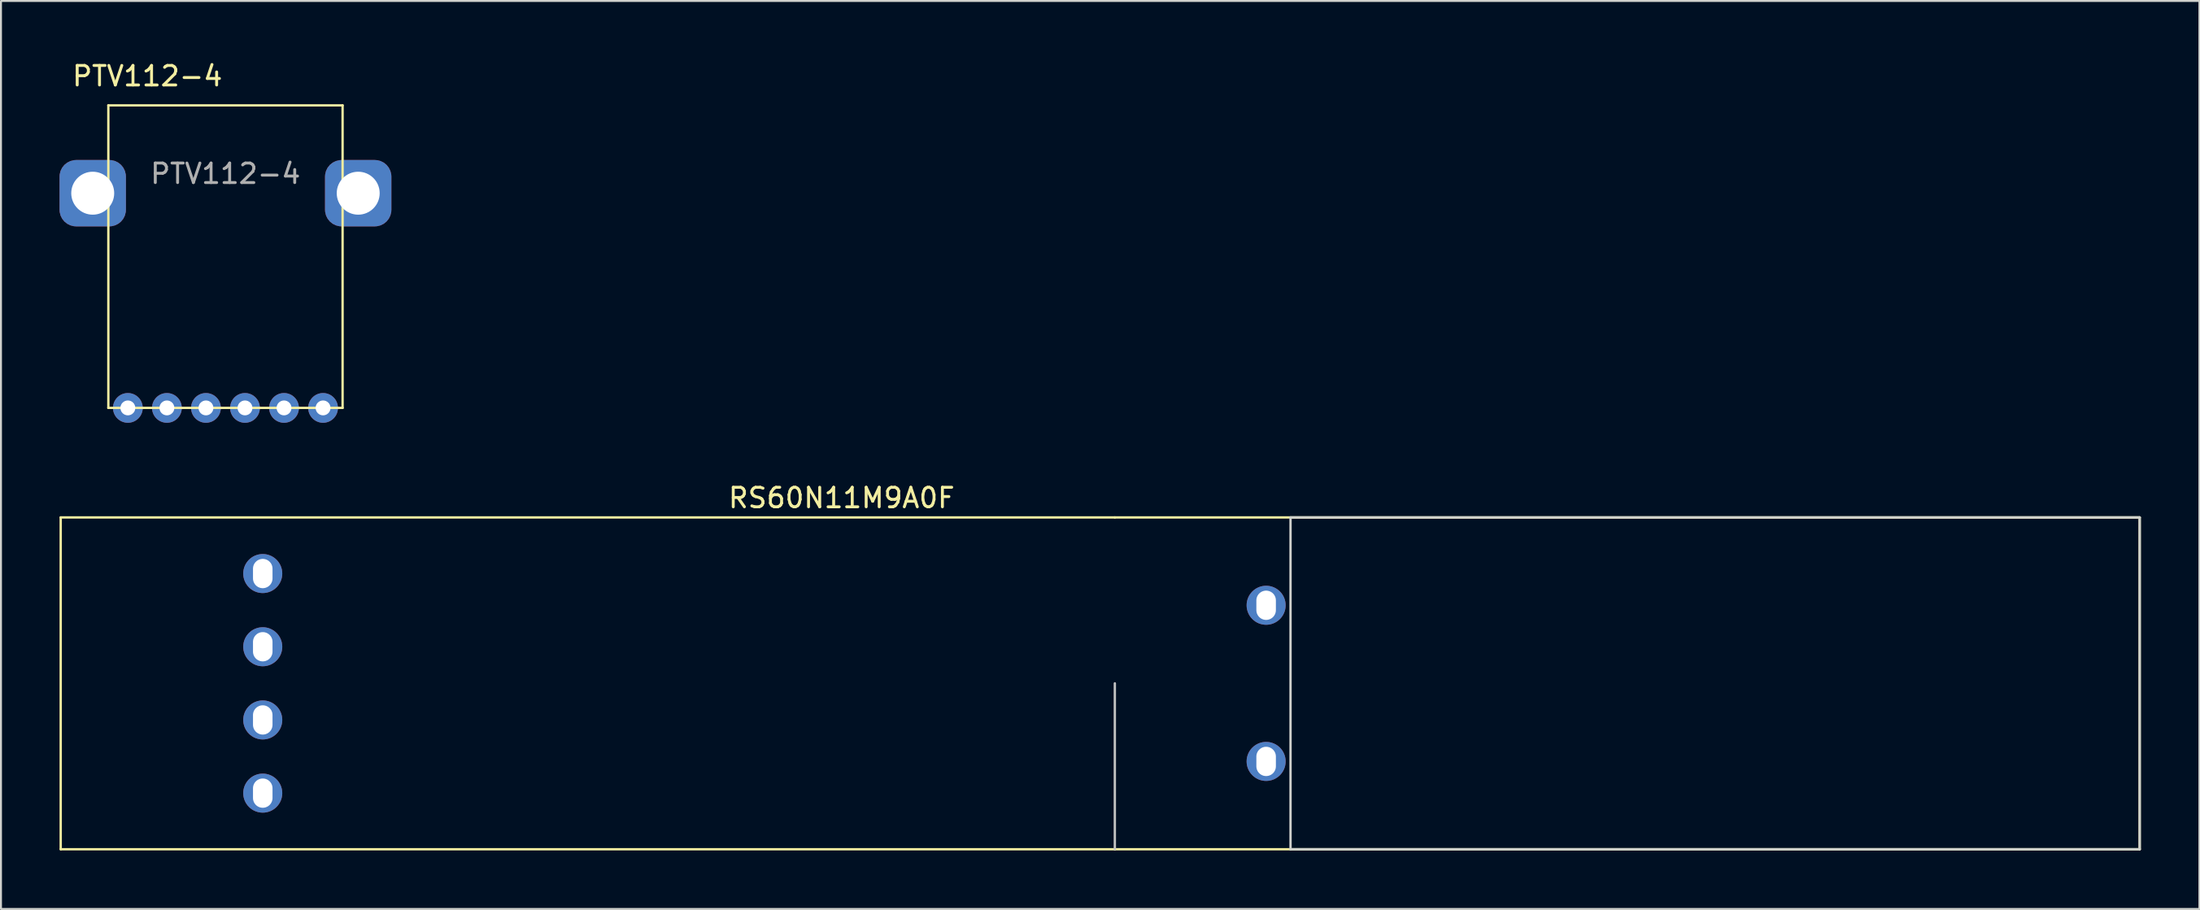
<source format=kicad_pcb>
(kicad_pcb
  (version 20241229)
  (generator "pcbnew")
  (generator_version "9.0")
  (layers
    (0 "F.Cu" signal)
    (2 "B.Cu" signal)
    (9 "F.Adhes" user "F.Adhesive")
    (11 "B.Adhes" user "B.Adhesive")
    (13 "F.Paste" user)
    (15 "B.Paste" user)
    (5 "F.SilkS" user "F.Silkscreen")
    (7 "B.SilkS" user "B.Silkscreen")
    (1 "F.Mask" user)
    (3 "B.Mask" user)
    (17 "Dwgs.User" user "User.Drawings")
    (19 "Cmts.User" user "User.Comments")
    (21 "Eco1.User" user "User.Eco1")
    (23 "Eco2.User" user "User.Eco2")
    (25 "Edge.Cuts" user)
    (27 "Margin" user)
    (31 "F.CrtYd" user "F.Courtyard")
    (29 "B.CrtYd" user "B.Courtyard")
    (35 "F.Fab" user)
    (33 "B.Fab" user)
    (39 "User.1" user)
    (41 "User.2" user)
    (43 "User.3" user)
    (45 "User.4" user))
  (footprint "RS60N11M9A0F"
    (layer "F.Cu")
    (at 54.06 31.959)
    (property "Reference" "RS60N11M9A0F" (at -14 -9.5 0) (layer "F.SilkS") (effects (font (size 1 1) (thickness 0.15))))
    (attr through_hole)
    (fp_line (start -54 -8.5) (end -54 8.5) (stroke (width 0.12) (type solid)) (layer "F.SilkS"))
    (fp_line (start 0 -8.5) (end -54 -8.5) (stroke (width 0.12) (type solid)) (layer "F.SilkS"))
    (fp_line (start 0 -8.5) (end 52.5 -8.5) (stroke (width 0.12) (type solid)) (layer "F.SilkS"))
    (fp_line (start 0 8.5) (end -54 8.5) (stroke (width 0.12) (type solid)) (layer "F.SilkS"))
    (fp_line (start 0 8.5) (end 52.5 8.5) (stroke (width 0.12) (type solid)) (layer "F.SilkS"))
    (fp_line (start 52.5 -8.5) (end 52.5 8.5) (stroke (width 0.12) (type solid)) (layer "F.SilkS"))
    (fp_line (start 0 0) (end 0 8.5) (stroke (width 0.12) (type solid)) (layer "Dwgs.User"))
    (fp_line (start 9 8.5) (end 9 -8.5) (stroke (width 0.12) (type solid)) (layer "Edge.Cuts"))
    (fp_line (start 52.5 -8.5) (end 9 -8.5) (stroke (width 0.12) (type solid)) (layer "Edge.Cuts"))
    (fp_line (start 52.5 8.5) (end 9 8.5) (stroke (width 0.12) (type solid)) (layer "Edge.Cuts"))
    (fp_line (start 52.5 8.5) (end 52.5 -8.5) (stroke (width 0.12) (type solid)) (layer "Edge.Cuts"))
    (pad "1" thru_hole circle (at -43.65 -5.625) (size 2 2) (drill oval 1 1.5) (layers "*.Cu" "*.Mask"))
    (pad "2" thru_hole circle (at -43.65 -1.875) (size 2 2) (drill oval 1 1.5) (layers "*.Cu" "*.Mask"))
    (pad "3" thru_hole circle (at -43.65 1.875) (size 2 2) (drill oval 1 1.5) (layers "*.Cu" "*.Mask"))
    (pad "4" thru_hole circle (at -43.65 5.625) (size 2 2) (drill oval 1 1.5) (layers "*.Cu" "*.Mask"))
    (pad "5" thru_hole circle (at 7.75 -4) (size 2 2) (drill oval 1 1.5) (layers "*.Cu" "*.Mask"))
    (pad "6" thru_hole circle (at 7.75 4) (size 2 2) (drill oval 1 1.5) (layers "*.Cu" "*.Mask")))
  (footprint "PTV112-4"
    (layer "F.Cu")
    (at 8.5 17.848)
    (property "Reference" "PTV112-4" (at -4 -17 0) (unlocked yes) (layer "F.SilkS") (effects (font (size 1 1) (thickness 0.15))))
    (attr through_hole)
    (fp_line (start -6 0) (end -6 -15.5) (stroke (width 0.12) (type solid)) (layer "F.SilkS"))
    (fp_line (start -6 0) (end 6 0) (stroke (width 0.12) (type solid)) (layer "F.SilkS"))
    (fp_line (start 6 -15.5) (end -6 -15.5) (stroke (width 0.12) (type solid)) (layer "F.SilkS"))
    (fp_line (start 6 -15.5) (end 6 0) (stroke (width 0.12) (type solid)) (layer "F.SilkS"))
    (fp_text user "${REFERENCE}" (at 0 -12 0) (unlocked yes) (layer "F.Fab") (effects (font (size 1 1) (thickness 0.15))))
    (pad "1" thru_hole circle (at -1 0) (size 1.524 1.524) (drill 0.762) (layers "*.Cu" "*.Mask"))
    (pad "2" thru_hole circle (at 1 0) (size 1.524 1.524) (drill 0.762) (layers "*.Cu" "*.Mask"))
    (pad "3" thru_hole circle (at 3 0) (size 1.524 1.524) (drill 0.762) (layers "*.Cu" "*.Mask"))
    (pad "4" thru_hole circle (at -3 0) (size 1.524 1.524) (drill 0.762) (layers "*.Cu" "*.Mask"))
    (pad "5" thru_hole circle (at -5 0) (size 1.524 1.524) (drill 0.762) (layers "*.Cu" "*.Mask"))
    (pad "6" thru_hole circle (at 5 0) (size 1.524 1.524) (drill 0.762) (layers "*.Cu" "*.Mask"))
    (pad "7" thru_hole roundrect (at -6.8 -11) (size 3.4 3.4) (drill 2.2) (layers "*.Cu" "*.Mask") (roundrect_rratio 0.25))
    (pad "7" thru_hole roundrect (at 6.8 -11) (size 3.4 3.4) (drill 2.2) (layers "*.Cu" "*.Mask") (roundrect_rratio 0.25)))
  (gr_rect
    (start -3 -3)
    (end 109.62 43.519)
    (stroke (width 0.1) (type default))
    (fill no)
    (layer "Edge.Cuts")))
</source>
